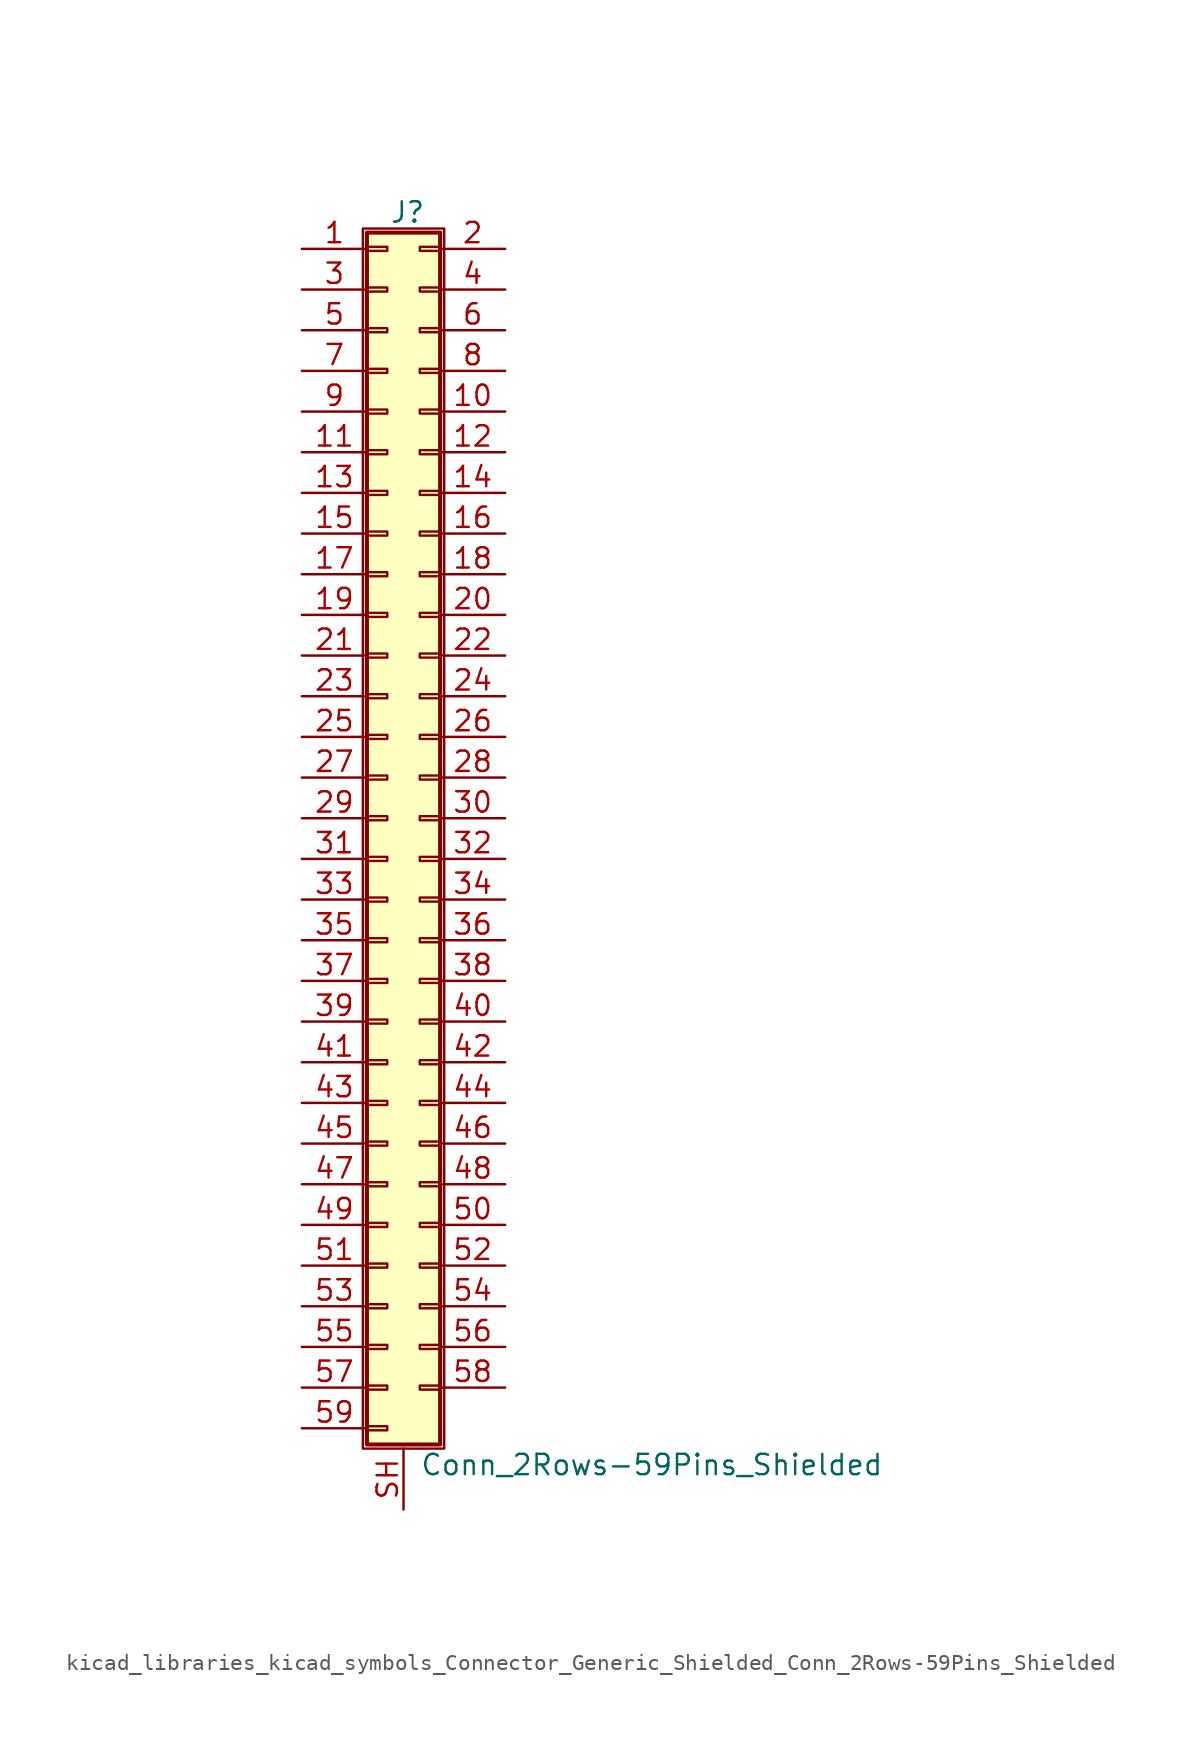
<source format=kicad_sym>
(kicad_symbol_lib
  (version 20220914)
  (generator kicad_symbol_editor)
  (symbol "kicad_libraries_kicad_symbols_Connector_Generic_Shielded_Conn_2Rows-59Pins_Shielded"
    (pin_names
      (offset 1.016) hide)
    (property "Reference" "J"
      (at 1.524 37.846 0)
      (effects (font (size 1.27 1.27))))
    (property "Value" "Conn_2Rows-59Pins_Shielded"
      (at 2.286 -40.386 0)
      (effects (font (size 1.27 1.27)) (justify left)))
    (symbol "kicad_libraries_kicad_symbols_Connector_Generic_Shielded_Conn_2Rows-59Pins_Shielded_1_1"
      (rectangle (start -1.27 36.83) (end 3.81 -39.37) (stroke (width 0.152) (type default)) (fill (type none)))
      (rectangle (start -1.016 -37.973) (end 0.254 -38.227) (stroke (width 0.152) (type default)) (fill (type none)))
      (rectangle (start -1.016 -35.433) (end 0.254 -35.687) (stroke (width 0.152) (type default)) (fill (type none)))
      (rectangle (start -1.016 -32.893) (end 0.254 -33.147) (stroke (width 0.152) (type default)) (fill (type none)))
      (rectangle (start -1.016 -30.353) (end 0.254 -30.607) (stroke (width 0.152) (type default)) (fill (type none)))
      (rectangle (start -1.016 -27.813) (end 0.254 -28.067) (stroke (width 0.152) (type default)) (fill (type none)))
      (rectangle (start -1.016 -25.273) (end 0.254 -25.527) (stroke (width 0.152) (type default)) (fill (type none)))
      (rectangle (start -1.016 -22.733) (end 0.254 -22.987) (stroke (width 0.152) (type default)) (fill (type none)))
      (rectangle (start -1.016 -20.193) (end 0.254 -20.447) (stroke (width 0.152) (type default)) (fill (type none)))
      (rectangle (start -1.016 -17.653) (end 0.254 -17.907) (stroke (width 0.152) (type default)) (fill (type none)))
      (rectangle (start -1.016 -15.113) (end 0.254 -15.367) (stroke (width 0.152) (type default)) (fill (type none)))
      (rectangle (start -1.016 -12.573) (end 0.254 -12.827) (stroke (width 0.152) (type default)) (fill (type none)))
      (rectangle (start -1.016 -10.033) (end 0.254 -10.287) (stroke (width 0.152) (type default)) (fill (type none)))
      (rectangle (start -1.016 -7.493) (end 0.254 -7.747) (stroke (width 0.152) (type default)) (fill (type none)))
      (rectangle (start -1.016 -4.953) (end 0.254 -5.207) (stroke (width 0.152) (type default)) (fill (type none)))
      (rectangle (start -1.016 -2.413) (end 0.254 -2.667) (stroke (width 0.152) (type default)) (fill (type none)))
      (rectangle (start -1.016 0.127) (end 0.254 -0.127) (stroke (width 0.152) (type default)) (fill (type none)))
      (rectangle (start -1.016 2.667) (end 0.254 2.413) (stroke (width 0.152) (type default)) (fill (type none)))
      (rectangle (start -1.016 5.207) (end 0.254 4.953) (stroke (width 0.152) (type default)) (fill (type none)))
      (rectangle (start -1.016 7.747) (end 0.254 7.493) (stroke (width 0.152) (type default)) (fill (type none)))
      (rectangle (start -1.016 10.287) (end 0.254 10.033) (stroke (width 0.152) (type default)) (fill (type none)))
      (rectangle (start -1.016 12.827) (end 0.254 12.573) (stroke (width 0.152) (type default)) (fill (type none)))
      (rectangle (start -1.016 15.367) (end 0.254 15.113) (stroke (width 0.152) (type default)) (fill (type none)))
      (rectangle (start -1.016 17.907) (end 0.254 17.653) (stroke (width 0.152) (type default)) (fill (type none)))
      (rectangle (start -1.016 20.447) (end 0.254 20.193) (stroke (width 0.152) (type default)) (fill (type none)))
      (rectangle (start -1.016 22.987) (end 0.254 22.733) (stroke (width 0.152) (type default)) (fill (type none)))
      (rectangle (start -1.016 25.527) (end 0.254 25.273) (stroke (width 0.152) (type default)) (fill (type none)))
      (rectangle (start -1.016 28.067) (end 0.254 27.813) (stroke (width 0.152) (type default)) (fill (type none)))
      (rectangle (start -1.016 30.607) (end 0.254 30.353) (stroke (width 0.152) (type default)) (fill (type none)))
      (rectangle (start -1.016 33.147) (end 0.254 32.893) (stroke (width 0.152) (type default)) (fill (type none)))
      (rectangle (start -1.016 35.687) (end 0.254 35.433) (stroke (width 0.152) (type default)) (fill (type none)))
      (rectangle (start -1.016 36.576) (end 3.556 -39.116) (stroke (width 0.254) (type default)) (fill (type background)))
      (rectangle (start 3.556 -35.433) (end 2.286 -35.687) (stroke (width 0.152) (type default)) (fill (type none)))
      (rectangle (start 3.556 -32.893) (end 2.286 -33.147) (stroke (width 0.152) (type default)) (fill (type none)))
      (rectangle (start 3.556 -30.353) (end 2.286 -30.607) (stroke (width 0.152) (type default)) (fill (type none)))
      (rectangle (start 3.556 -27.813) (end 2.286 -28.067) (stroke (width 0.152) (type default)) (fill (type none)))
      (rectangle (start 3.556 -25.273) (end 2.286 -25.527) (stroke (width 0.152) (type default)) (fill (type none)))
      (rectangle (start 3.556 -22.733) (end 2.286 -22.987) (stroke (width 0.152) (type default)) (fill (type none)))
      (rectangle (start 3.556 -20.193) (end 2.286 -20.447) (stroke (width 0.152) (type default)) (fill (type none)))
      (rectangle (start 3.556 -17.653) (end 2.286 -17.907) (stroke (width 0.152) (type default)) (fill (type none)))
      (rectangle (start 3.556 -15.113) (end 2.286 -15.367) (stroke (width 0.152) (type default)) (fill (type none)))
      (rectangle (start 3.556 -12.573) (end 2.286 -12.827) (stroke (width 0.152) (type default)) (fill (type none)))
      (rectangle (start 3.556 -10.033) (end 2.286 -10.287) (stroke (width 0.152) (type default)) (fill (type none)))
      (rectangle (start 3.556 -7.493) (end 2.286 -7.747) (stroke (width 0.152) (type default)) (fill (type none)))
      (rectangle (start 3.556 -4.953) (end 2.286 -5.207) (stroke (width 0.152) (type default)) (fill (type none)))
      (rectangle (start 3.556 -2.413) (end 2.286 -2.667) (stroke (width 0.152) (type default)) (fill (type none)))
      (rectangle (start 3.556 0.127) (end 2.286 -0.127) (stroke (width 0.152) (type default)) (fill (type none)))
      (rectangle (start 3.556 2.667) (end 2.286 2.413) (stroke (width 0.152) (type default)) (fill (type none)))
      (rectangle (start 3.556 5.207) (end 2.286 4.953) (stroke (width 0.152) (type default)) (fill (type none)))
      (rectangle (start 3.556 7.747) (end 2.286 7.493) (stroke (width 0.152) (type default)) (fill (type none)))
      (rectangle (start 3.556 10.287) (end 2.286 10.033) (stroke (width 0.152) (type default)) (fill (type none)))
      (rectangle (start 3.556 12.827) (end 2.286 12.573) (stroke (width 0.152) (type default)) (fill (type none)))
      (rectangle (start 3.556 15.367) (end 2.286 15.113) (stroke (width 0.152) (type default)) (fill (type none)))
      (rectangle (start 3.556 17.907) (end 2.286 17.653) (stroke (width 0.152) (type default)) (fill (type none)))
      (rectangle (start 3.556 20.447) (end 2.286 20.193) (stroke (width 0.152) (type default)) (fill (type none)))
      (rectangle (start 3.556 22.987) (end 2.286 22.733) (stroke (width 0.152) (type default)) (fill (type none)))
      (rectangle (start 3.556 25.527) (end 2.286 25.273) (stroke (width 0.152) (type default)) (fill (type none)))
      (rectangle (start 3.556 28.067) (end 2.286 27.813) (stroke (width 0.152) (type default)) (fill (type none)))
      (rectangle (start 3.556 30.607) (end 2.286 30.353) (stroke (width 0.152) (type default)) (fill (type none)))
      (rectangle (start 3.556 33.147) (end 2.286 32.893) (stroke (width 0.152) (type default)) (fill (type none)))
      (rectangle (start 3.556 35.687) (end 2.286 35.433) (stroke (width 0.152) (type default)) (fill (type none)))
      (pin passive line (at -5.08 35.56 0) (length 4.064) (name "Pin_1" (effects (font (size 1.27 1.27)))) (number "1" (effects (font (size 1.27 1.27)))))
      (pin passive line (at 7.62 25.4 180) (length 4.064) (name "Pin_10" (effects (font (size 1.27 1.27)))) (number "10" (effects (font (size 1.27 1.27)))))
      (pin passive line (at -5.08 22.86 0) (length 4.064) (name "Pin_11" (effects (font (size 1.27 1.27)))) (number "11" (effects (font (size 1.27 1.27)))))
      (pin passive line (at 7.62 22.86 180) (length 4.064) (name "Pin_12" (effects (font (size 1.27 1.27)))) (number "12" (effects (font (size 1.27 1.27)))))
      (pin passive line (at -5.08 20.32 0) (length 4.064) (name "Pin_13" (effects (font (size 1.27 1.27)))) (number "13" (effects (font (size 1.27 1.27)))))
      (pin passive line (at 7.62 20.32 180) (length 4.064) (name "Pin_14" (effects (font (size 1.27 1.27)))) (number "14" (effects (font (size 1.27 1.27)))))
      (pin passive line (at -5.08 17.78 0) (length 4.064) (name "Pin_15" (effects (font (size 1.27 1.27)))) (number "15" (effects (font (size 1.27 1.27)))))
      (pin passive line (at 7.62 17.78 180) (length 4.064) (name "Pin_16" (effects (font (size 1.27 1.27)))) (number "16" (effects (font (size 1.27 1.27)))))
      (pin passive line (at -5.08 15.24 0) (length 4.064) (name "Pin_17" (effects (font (size 1.27 1.27)))) (number "17" (effects (font (size 1.27 1.27)))))
      (pin passive line (at 7.62 15.24 180) (length 4.064) (name "Pin_18" (effects (font (size 1.27 1.27)))) (number "18" (effects (font (size 1.27 1.27)))))
      (pin passive line (at -5.08 12.7 0) (length 4.064) (name "Pin_19" (effects (font (size 1.27 1.27)))) (number "19" (effects (font (size 1.27 1.27)))))
      (pin passive line (at 7.62 35.56 180) (length 4.064) (name "Pin_2" (effects (font (size 1.27 1.27)))) (number "2" (effects (font (size 1.27 1.27)))))
      (pin passive line (at 7.62 12.7 180) (length 4.064) (name "Pin_20" (effects (font (size 1.27 1.27)))) (number "20" (effects (font (size 1.27 1.27)))))
      (pin passive line (at -5.08 10.16 0) (length 4.064) (name "Pin_21" (effects (font (size 1.27 1.27)))) (number "21" (effects (font (size 1.27 1.27)))))
      (pin passive line (at 7.62 10.16 180) (length 4.064) (name "Pin_22" (effects (font (size 1.27 1.27)))) (number "22" (effects (font (size 1.27 1.27)))))
      (pin passive line (at -5.08 7.62 0) (length 4.064) (name "Pin_23" (effects (font (size 1.27 1.27)))) (number "23" (effects (font (size 1.27 1.27)))))
      (pin passive line (at 7.62 7.62 180) (length 4.064) (name "Pin_24" (effects (font (size 1.27 1.27)))) (number "24" (effects (font (size 1.27 1.27)))))
      (pin passive line (at -5.08 5.08 0) (length 4.064) (name "Pin_25" (effects (font (size 1.27 1.27)))) (number "25" (effects (font (size 1.27 1.27)))))
      (pin passive line (at 7.62 5.08 180) (length 4.064) (name "Pin_26" (effects (font (size 1.27 1.27)))) (number "26" (effects (font (size 1.27 1.27)))))
      (pin passive line (at -5.08 2.54 0) (length 4.064) (name "Pin_27" (effects (font (size 1.27 1.27)))) (number "27" (effects (font (size 1.27 1.27)))))
      (pin passive line (at 7.62 2.54 180) (length 4.064) (name "Pin_28" (effects (font (size 1.27 1.27)))) (number "28" (effects (font (size 1.27 1.27)))))
      (pin passive line (at -5.08 0 0) (length 4.064) (name "Pin_29" (effects (font (size 1.27 1.27)))) (number "29" (effects (font (size 1.27 1.27)))))
      (pin passive line (at -5.08 33.02 0) (length 4.064) (name "Pin_3" (effects (font (size 1.27 1.27)))) (number "3" (effects (font (size 1.27 1.27)))))
      (pin passive line (at 7.62 0 180) (length 4.064) (name "Pin_30" (effects (font (size 1.27 1.27)))) (number "30" (effects (font (size 1.27 1.27)))))
      (pin passive line (at -5.08 -2.54 0) (length 4.064) (name "Pin_31" (effects (font (size 1.27 1.27)))) (number "31" (effects (font (size 1.27 1.27)))))
      (pin passive line (at 7.62 -2.54 180) (length 4.064) (name "Pin_32" (effects (font (size 1.27 1.27)))) (number "32" (effects (font (size 1.27 1.27)))))
      (pin passive line (at -5.08 -5.08 0) (length 4.064) (name "Pin_33" (effects (font (size 1.27 1.27)))) (number "33" (effects (font (size 1.27 1.27)))))
      (pin passive line (at 7.62 -5.08 180) (length 4.064) (name "Pin_34" (effects (font (size 1.27 1.27)))) (number "34" (effects (font (size 1.27 1.27)))))
      (pin passive line (at -5.08 -7.62 0) (length 4.064) (name "Pin_35" (effects (font (size 1.27 1.27)))) (number "35" (effects (font (size 1.27 1.27)))))
      (pin passive line (at 7.62 -7.62 180) (length 4.064) (name "Pin_36" (effects (font (size 1.27 1.27)))) (number "36" (effects (font (size 1.27 1.27)))))
      (pin passive line (at -5.08 -10.16 0) (length 4.064) (name "Pin_37" (effects (font (size 1.27 1.27)))) (number "37" (effects (font (size 1.27 1.27)))))
      (pin passive line (at 7.62 -10.16 180) (length 4.064) (name "Pin_38" (effects (font (size 1.27 1.27)))) (number "38" (effects (font (size 1.27 1.27)))))
      (pin passive line (at -5.08 -12.7 0) (length 4.064) (name "Pin_39" (effects (font (size 1.27 1.27)))) (number "39" (effects (font (size 1.27 1.27)))))
      (pin passive line (at 7.62 33.02 180) (length 4.064) (name "Pin_4" (effects (font (size 1.27 1.27)))) (number "4" (effects (font (size 1.27 1.27)))))
      (pin passive line (at 7.62 -12.7 180) (length 4.064) (name "Pin_40" (effects (font (size 1.27 1.27)))) (number "40" (effects (font (size 1.27 1.27)))))
      (pin passive line (at -5.08 -15.24 0) (length 4.064) (name "Pin_41" (effects (font (size 1.27 1.27)))) (number "41" (effects (font (size 1.27 1.27)))))
      (pin passive line (at 7.62 -15.24 180) (length 4.064) (name "Pin_42" (effects (font (size 1.27 1.27)))) (number "42" (effects (font (size 1.27 1.27)))))
      (pin passive line (at -5.08 -17.78 0) (length 4.064) (name "Pin_43" (effects (font (size 1.27 1.27)))) (number "43" (effects (font (size 1.27 1.27)))))
      (pin passive line (at 7.62 -17.78 180) (length 4.064) (name "Pin_44" (effects (font (size 1.27 1.27)))) (number "44" (effects (font (size 1.27 1.27)))))
      (pin passive line (at -5.08 -20.32 0) (length 4.064) (name "Pin_45" (effects (font (size 1.27 1.27)))) (number "45" (effects (font (size 1.27 1.27)))))
      (pin passive line (at 7.62 -20.32 180) (length 4.064) (name "Pin_46" (effects (font (size 1.27 1.27)))) (number "46" (effects (font (size 1.27 1.27)))))
      (pin passive line (at -5.08 -22.86 0) (length 4.064) (name "Pin_47" (effects (font (size 1.27 1.27)))) (number "47" (effects (font (size 1.27 1.27)))))
      (pin passive line (at 7.62 -22.86 180) (length 4.064) (name "Pin_48" (effects (font (size 1.27 1.27)))) (number "48" (effects (font (size 1.27 1.27)))))
      (pin passive line (at -5.08 -25.4 0) (length 4.064) (name "Pin_49" (effects (font (size 1.27 1.27)))) (number "49" (effects (font (size 1.27 1.27)))))
      (pin passive line (at -5.08 30.48 0) (length 4.064) (name "Pin_5" (effects (font (size 1.27 1.27)))) (number "5" (effects (font (size 1.27 1.27)))))
      (pin passive line (at 7.62 -25.4 180) (length 4.064) (name "Pin_50" (effects (font (size 1.27 1.27)))) (number "50" (effects (font (size 1.27 1.27)))))
      (pin passive line (at -5.08 -27.94 0) (length 4.064) (name "Pin_51" (effects (font (size 1.27 1.27)))) (number "51" (effects (font (size 1.27 1.27)))))
      (pin passive line (at 7.62 -27.94 180) (length 4.064) (name "Pin_52" (effects (font (size 1.27 1.27)))) (number "52" (effects (font (size 1.27 1.27)))))
      (pin passive line (at -5.08 -30.48 0) (length 4.064) (name "Pin_53" (effects (font (size 1.27 1.27)))) (number "53" (effects (font (size 1.27 1.27)))))
      (pin passive line (at 7.62 -30.48 180) (length 4.064) (name "Pin_54" (effects (font (size 1.27 1.27)))) (number "54" (effects (font (size 1.27 1.27)))))
      (pin passive line (at -5.08 -33.02 0) (length 4.064) (name "Pin_55" (effects (font (size 1.27 1.27)))) (number "55" (effects (font (size 1.27 1.27)))))
      (pin passive line (at 7.62 -33.02 180) (length 4.064) (name "Pin_56" (effects (font (size 1.27 1.27)))) (number "56" (effects (font (size 1.27 1.27)))))
      (pin passive line (at -5.08 -35.56 0) (length 4.064) (name "Pin_57" (effects (font (size 1.27 1.27)))) (number "57" (effects (font (size 1.27 1.27)))))
      (pin passive line (at 7.62 -35.56 180) (length 4.064) (name "Pin_58" (effects (font (size 1.27 1.27)))) (number "58" (effects (font (size 1.27 1.27)))))
      (pin passive line (at -5.08 -38.1 0) (length 4.064) (name "Pin_59" (effects (font (size 1.27 1.27)))) (number "59" (effects (font (size 1.27 1.27)))))
      (pin passive line (at 7.62 30.48 180) (length 4.064) (name "Pin_6" (effects (font (size 1.27 1.27)))) (number "6" (effects (font (size 1.27 1.27)))))
      (pin passive line (at -5.08 27.94 0) (length 4.064) (name "Pin_7" (effects (font (size 1.27 1.27)))) (number "7" (effects (font (size 1.27 1.27)))))
      (pin passive line (at 7.62 27.94 180) (length 4.064) (name "Pin_8" (effects (font (size 1.27 1.27)))) (number "8" (effects (font (size 1.27 1.27)))))
      (pin passive line (at -5.08 25.4 0) (length 4.064) (name "Pin_9" (effects (font (size 1.27 1.27)))) (number "9" (effects (font (size 1.27 1.27)))))
      (pin passive line (at 1.27 -43.18 90) (length 3.81) (name "Shield" (effects (font (size 1.27 1.27)))) (number "SH" (effects (font (size 1.27 1.27))))))))
</source>
